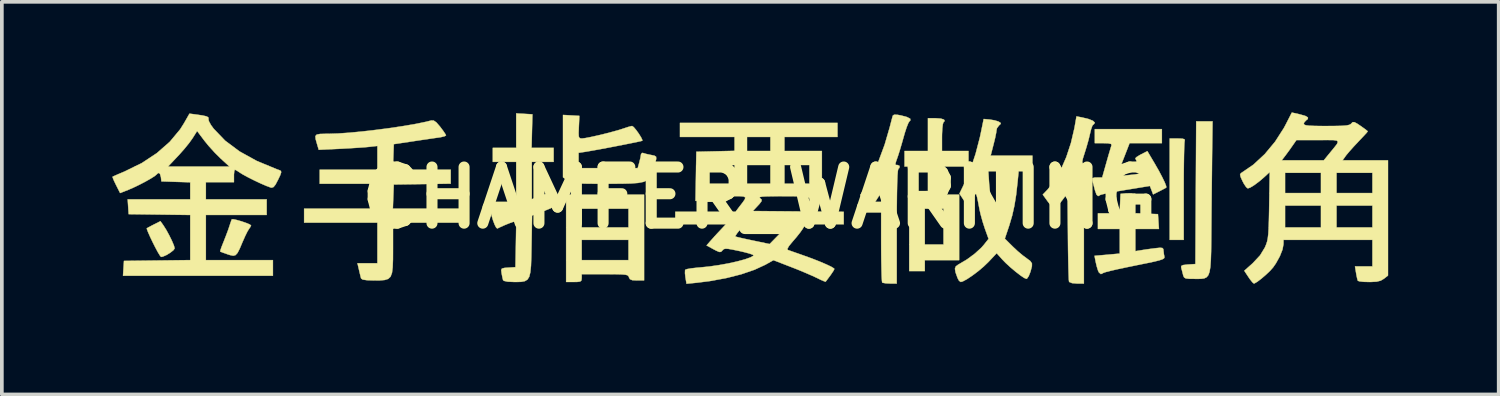
<source format=kicad_pcb>
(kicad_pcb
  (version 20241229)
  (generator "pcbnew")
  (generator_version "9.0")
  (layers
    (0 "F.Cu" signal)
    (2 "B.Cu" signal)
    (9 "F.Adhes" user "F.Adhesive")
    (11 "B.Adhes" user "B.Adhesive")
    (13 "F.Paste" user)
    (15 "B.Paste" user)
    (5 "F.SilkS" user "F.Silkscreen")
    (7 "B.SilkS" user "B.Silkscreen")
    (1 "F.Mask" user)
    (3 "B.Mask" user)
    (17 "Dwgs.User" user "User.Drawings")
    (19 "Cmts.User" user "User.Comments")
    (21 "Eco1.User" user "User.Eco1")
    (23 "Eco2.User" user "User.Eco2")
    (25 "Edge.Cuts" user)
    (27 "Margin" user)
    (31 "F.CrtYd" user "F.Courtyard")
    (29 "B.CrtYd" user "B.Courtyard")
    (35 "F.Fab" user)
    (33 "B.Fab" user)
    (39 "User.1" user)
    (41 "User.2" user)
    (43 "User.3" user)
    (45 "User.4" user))
  (footprint "CHAMFER_WARNING"
    (layer "F.Cu")
    (at 17.566 2.318)
    (property "Reference" "CHAMFER_WARNING" (at 0 0 0) (layer "F.SilkS") (effects (font (size 1.524 1.524) (thickness 0.3))))
    (attr through_hole)
    (fp_poly (pts (xy 11.477 -1.604) (xy 11.536 -1.588) (xy 11.544 -1.553) (xy 11.54 -1.542) (xy 11.534 -1.484) (xy 11.528 -1.353) (xy 11.523 -1.158) (xy 11.519 -0.912) (xy 11.516 -0.624) (xy 11.515 -0.307) (xy 11.515 -0.166) (xy 11.515 1.143) (xy 11.134 1.143) (xy 11.134 -1.609) (xy 11.35 -1.609) (xy 11.477 -1.604)) (stroke (width 0.01) (type solid)) (fill yes) (layer "F.SilkS"))
    (fp_poly (pts (xy -16.179 0.752) (xy -16.102 0.874) (xy -16.022 1.021) (xy -15.949 1.169) (xy -15.896 1.295) (xy -15.875 1.373) (xy -15.875 1.374) (xy -15.909 1.424) (xy -15.993 1.49) (xy -16.097 1.554) (xy -16.195 1.597) (xy -16.244 1.606) (xy -16.275 1.569) (xy -16.334 1.472) (xy -16.409 1.331) (xy -16.463 1.224) (xy -16.54 1.063) (xy -16.598 0.932) (xy -16.629 0.85) (xy -16.632 0.83) (xy -16.588 0.803) (xy -16.494 0.754) (xy -16.438 0.725) (xy -16.261 0.636) (xy -16.179 0.752)) (stroke (width 0.01) (type solid)) (fill yes) (layer "F.SilkS"))
    (fp_poly (pts (xy -14.183 0.605) (xy -14.061 0.64) (xy -13.939 0.682) (xy -13.844 0.721) (xy -13.801 0.75) (xy -13.801 0.752) (xy -13.825 0.801) (xy -13.856 0.843) (xy -13.9 0.915) (xy -13.961 1.039) (xy -14.027 1.188) (xy -14.029 1.192) (xy -14.107 1.377) (xy -14.167 1.495) (xy -14.222 1.556) (xy -14.285 1.573) (xy -14.37 1.556) (xy -14.436 1.535) (xy -14.55 1.495) (xy -14.625 1.466) (xy -14.639 1.459) (xy -14.631 1.418) (xy -14.597 1.321) (xy -14.549 1.201) (xy -14.484 1.035) (xy -14.423 0.873) (xy -14.393 0.783) (xy -14.356 0.671) (xy -14.329 0.596) (xy -14.324 0.585) (xy -14.28 0.583) (xy -14.183 0.605)) (stroke (width 0.01) (type solid)) (fill yes) (layer "F.SilkS"))
    (fp_poly (pts (xy 4.922 -2.149) (xy 5.007 -2.122) (xy 5.027 -2.084) (xy 4.996 -2.054) (xy 4.977 -2.002) (xy 4.962 -1.885) (xy 4.954 -1.724) (xy 4.953 -1.649) (xy 4.953 -1.27) (xy 5.673 -1.27) (xy 5.673 -0.847) (xy 4.953 -0.847) (xy 4.953 -0.085) (xy 5.419 -0.085) (xy 5.419 1.693) (xy 4.487 1.693) (xy 4.487 1.99) (xy 4.064 1.99) (xy 4.064 0.296) (xy 4.487 0.296) (xy 4.487 1.27) (xy 4.995 1.27) (xy 4.995 0.296) (xy 4.487 0.296) (xy 4.064 0.296) (xy 4.064 -0.085) (xy 4.572 -0.085) (xy 4.572 -0.847) (xy 3.937 -0.847) (xy 3.937 -1.27) (xy 4.572 -1.27) (xy 4.572 -2.159) (xy 4.781 -2.159) (xy 4.922 -2.149)) (stroke (width 0.01) (type solid)) (fill yes) (layer "F.SilkS"))
    (fp_poly (pts (xy 12.287 -1.302) (xy 12.284 -1.048) (xy 12.281 -0.73) (xy 12.277 -0.369) (xy 12.273 0.015) (xy 12.269 0.402) (xy 12.266 0.747) (xy 12.263 1.136) (xy 12.259 1.449) (xy 12.251 1.694) (xy 12.238 1.879) (xy 12.215 2.013) (xy 12.182 2.103) (xy 12.134 2.159) (xy 12.07 2.189) (xy 11.986 2.2) (xy 11.881 2.202) (xy 11.809 2.201) (xy 11.657 2.199) (xy 11.569 2.189) (xy 11.525 2.161) (xy 11.502 2.11) (xy 11.496 2.085) (xy 11.467 1.971) (xy 11.447 1.897) (xy 11.448 1.852) (xy 11.497 1.827) (xy 11.612 1.813) (xy 11.629 1.812) (xy 11.832 1.799) (xy 11.843 -0.138) (xy 11.854 -2.074) (xy 12.298 -2.074) (xy 12.287 -1.302)) (stroke (width 0.01) (type solid)) (fill yes) (layer "F.SilkS"))
    (fp_poly (pts (xy -3.133 2.244) (xy -3.327 2.244) (xy -3.452 2.237) (xy -3.517 2.21) (xy -3.544 2.159) (xy -3.557 2.126) (xy -3.586 2.103) (xy -3.643 2.088) (xy -3.743 2.08) (xy -3.896 2.076) (xy -4.118 2.074) (xy -4.196 2.074) (xy -4.826 2.074) (xy -4.826 2.18) (xy -4.833 2.243) (xy -4.868 2.274) (xy -4.953 2.285) (xy -5.038 2.286) (xy -5.249 2.286) (xy -5.249 1.143) (xy -4.826 1.143) (xy -4.826 1.693) (xy -3.556 1.693) (xy -3.556 1.143) (xy -4.826 1.143) (xy -5.249 1.143) (xy -5.249 0.296) (xy -4.826 0.296) (xy -4.826 0.804) (xy -3.556 0.804) (xy -3.556 0.296) (xy -4.826 0.296) (xy -5.249 0.296) (xy -5.249 -0.085) (xy -3.133 -0.085) (xy -3.133 2.244)) (stroke (width 0.01) (type solid)) (fill yes) (layer "F.SilkS"))
    (fp_poly (pts (xy 10.199 -0.106) (xy 10.258 -0.073) (xy 10.251 -0.032) (xy 10.222 0.037) (xy 10.205 0.156) (xy 10.202 0.218) (xy 10.202 0.42) (xy 10.509 0.432) (xy 10.816 0.445) (xy 10.842 0.847) (xy 10.202 0.847) (xy 10.202 1.45) (xy 10.361 1.424) (xy 10.501 1.402) (xy 10.671 1.379) (xy 10.742 1.37) (xy 10.872 1.357) (xy 10.938 1.364) (xy 10.962 1.394) (xy 10.965 1.423) (xy 10.977 1.533) (xy 10.989 1.59) (xy 10.992 1.621) (xy 10.977 1.647) (xy 10.933 1.672) (xy 10.85 1.699) (xy 10.718 1.732) (xy 10.525 1.773) (xy 10.261 1.826) (xy 10.195 1.84) (xy 9.941 1.892) (xy 9.715 1.94) (xy 9.53 1.983) (xy 9.401 2.016) (xy 9.339 2.037) (xy 9.337 2.038) (xy 9.267 2.072) (xy 9.213 2.027) (xy 9.188 1.973) (xy 9.153 1.859) (xy 9.122 1.725) (xy 9.122 1.724) (xy 9.094 1.576) (xy 9.437 1.546) (xy 9.779 1.515) (xy 9.779 0.847) (xy 9.186 0.847) (xy 9.186 0.423) (xy 9.775 0.423) (xy 9.788 0.159) (xy 9.8 -0.106) (xy 9.944 -0.12) (xy 10.088 -0.123) (xy 10.199 -0.106)) (stroke (width 0.01) (type solid)) (fill yes) (layer "F.SilkS"))
    (fp_poly (pts (xy 8.751 -2.181) (xy 8.93 -2.138) (xy 9.051 -2.089) (xy 9.101 -2.039) (xy 9.102 -2.033) (xy 9.072 -1.991) (xy 9.062 -1.99) (xy 9.033 -1.952) (xy 8.999 -1.854) (xy 8.973 -1.746) (xy 8.931 -1.572) (xy 8.873 -1.368) (xy 8.826 -1.217) (xy 8.777 -1.062) (xy 8.76 -0.972) (xy 8.772 -0.935) (xy 8.786 -0.931) (xy 8.858 -0.902) (xy 8.877 -0.837) (xy 8.852 -0.792) (xy 8.839 -0.745) (xy 8.827 -0.63) (xy 8.818 -0.445) (xy 8.812 -0.187) (xy 8.808 0.147) (xy 8.806 0.562) (xy 8.805 0.792) (xy 8.805 2.328) (xy 8.614 2.328) (xy 8.484 2.317) (xy 8.41 2.287) (xy 8.402 2.275) (xy 8.396 2.221) (xy 8.391 2.093) (xy 8.385 1.903) (xy 8.38 1.662) (xy 8.375 1.383) (xy 8.372 1.076) (xy 8.372 1.048) (xy 8.361 -0.127) (xy 8.212 0.074) (xy 8.123 0.182) (xy 8.046 0.255) (xy 8.007 0.275) (xy 7.952 0.243) (xy 7.872 0.162) (xy 7.82 0.095) (xy 7.689 -0.086) (xy 7.821 -0.223) (xy 8.004 -0.455) (xy 8.175 -0.755) (xy 8.328 -1.105) (xy 8.454 -1.487) (xy 8.547 -1.885) (xy 8.554 -1.923) (xy 8.604 -2.209) (xy 8.751 -2.181)) (stroke (width 0.01) (type solid)) (fill yes) (layer "F.SilkS"))
    (fp_poly (pts (xy 3.75 -2.251) (xy 3.839 -2.235) (xy 4.003 -2.191) (xy 4.09 -2.146) (xy 4.096 -2.1) (xy 4.073 -2.08) (xy 4.039 -2.027) (xy 3.993 -1.911) (xy 3.942 -1.754) (xy 3.918 -1.669) (xy 3.863 -1.475) (xy 3.808 -1.288) (xy 3.761 -1.141) (xy 3.749 -1.106) (xy 3.705 -0.981) (xy 3.689 -0.917) (xy 3.699 -0.892) (xy 3.736 -0.889) (xy 3.747 -0.889) (xy 3.803 -0.863) (xy 3.797 -0.81) (xy 3.768 -0.783) (xy 3.756 -0.733) (xy 3.745 -0.602) (xy 3.737 -0.394) (xy 3.731 -0.11) (xy 3.727 0.244) (xy 3.725 0.666) (xy 3.725 0.786) (xy 3.725 2.328) (xy 3.542 2.328) (xy 3.423 2.322) (xy 3.343 2.307) (xy 3.33 2.3) (xy 3.323 2.252) (xy 3.316 2.13) (xy 3.311 1.946) (xy 3.306 1.709) (xy 3.303 1.432) (xy 3.302 1.125) (xy 3.302 1.066) (xy 3.302 -0.14) (xy 3.134 0.12) (xy 3.046 0.247) (xy 2.973 0.34) (xy 2.927 0.38) (xy 2.924 0.381) (xy 2.89 0.344) (xy 2.845 0.248) (xy 2.81 0.15) (xy 2.738 -0.08) (xy 2.846 -0.245) (xy 3.044 -0.587) (xy 3.231 -0.993) (xy 3.397 -1.441) (xy 3.534 -1.91) (xy 3.537 -1.922) (xy 3.574 -2.065) (xy 3.604 -2.178) (xy 3.618 -2.229) (xy 3.656 -2.255) (xy 3.75 -2.251)) (stroke (width 0.01) (type solid)) (fill yes) (layer "F.SilkS"))
    (fp_poly (pts (xy 10.922 -1.482) (xy 10.045 -1.482) (xy 9.959 -1.259) (xy 9.89 -1.082) (xy 9.814 -0.889) (xy 9.782 -0.81) (xy 9.692 -0.583) (xy 9.979 -0.611) (xy 10.178 -0.632) (xy 10.303 -0.652) (xy 10.367 -0.68) (xy 10.379 -0.723) (xy 10.351 -0.791) (xy 10.308 -0.864) (xy 10.247 -0.974) (xy 10.209 -1.052) (xy 10.202 -1.072) (xy 10.236 -1.106) (xy 10.322 -1.159) (xy 10.365 -1.182) (xy 10.528 -1.265) (xy 10.725 -0.933) (xy 10.837 -0.738) (xy 10.931 -0.56) (xy 11.001 -0.415) (xy 11.039 -0.315) (xy 11.041 -0.276) (xy 10.999 -0.252) (xy 10.907 -0.204) (xy 10.856 -0.178) (xy 10.684 -0.091) (xy 10.641 -0.206) (xy 10.597 -0.321) (xy 9.938 -0.213) (xy 9.71 -0.175) (xy 9.513 -0.138) (xy 9.36 -0.106) (xy 9.267 -0.083) (xy 9.246 -0.074) (xy 9.192 -0.045) (xy 9.148 -0.084) (xy 9.107 -0.199) (xy 9.101 -0.222) (xy 9.067 -0.352) (xy 9.039 -0.455) (xy 9.033 -0.476) (xy 9.034 -0.527) (xy 9.088 -0.548) (xy 9.157 -0.55) (xy 9.302 -0.55) (xy 9.419 -0.963) (xy 9.47 -1.143) (xy 9.515 -1.294) (xy 9.546 -1.397) (xy 9.556 -1.429) (xy 9.542 -1.461) (xy 9.464 -1.478) (xy 9.339 -1.482) (xy 9.102 -1.482) (xy 9.102 -1.863) (xy 10.922 -1.863) (xy 10.922 -1.482)) (stroke (width 0.01) (type solid)) (fill yes) (layer "F.SilkS"))
    (fp_poly (pts (xy -6.384 -2.278) (xy -6.164 -2.265) (xy -6.176 -1.81) (xy -6.187 -1.355) (xy -5.588 -1.355) (xy -5.588 -0.974) (xy -6.181 -0.974) (xy -6.181 0.039) (xy -5.9 -0.067) (xy -5.761 -0.117) (xy -5.659 -0.151) (xy -5.612 -0.161) (xy -5.612 -0.16) (xy -5.587 -0.097) (xy -5.558 0.006) (xy -5.535 0.114) (xy -5.523 0.194) (xy -5.525 0.213) (xy -5.571 0.24) (xy -5.675 0.288) (xy -5.819 0.347) (xy -5.859 0.362) (xy -6.174 0.483) (xy -6.188 1.295) (xy -6.194 1.609) (xy -6.203 1.849) (xy -6.221 2.024) (xy -6.251 2.145) (xy -6.299 2.221) (xy -6.369 2.263) (xy -6.466 2.282) (xy -6.595 2.286) (xy -6.654 2.286) (xy -6.837 2.278) (xy -6.938 2.255) (xy -6.961 2.233) (xy -6.98 2.156) (xy -7.001 2.045) (xy -7.011 1.963) (xy -6.992 1.922) (xy -6.922 1.904) (xy -6.825 1.897) (xy -6.625 1.884) (xy -6.613 1.256) (xy -6.602 0.629) (xy -6.698 0.658) (xy -6.795 0.693) (xy -6.927 0.747) (xy -7.051 0.803) (xy -7.116 0.835) (xy -7.147 0.811) (xy -7.189 0.73) (xy -7.232 0.617) (xy -7.268 0.498) (xy -7.288 0.398) (xy -7.285 0.342) (xy -7.282 0.339) (xy -7.221 0.316) (xy -7.102 0.282) (xy -6.948 0.243) (xy -6.921 0.237) (xy -6.604 0.162) (xy -6.604 -0.974) (xy -7.239 -0.974) (xy -7.239 -1.355) (xy -6.604 -1.355) (xy -6.604 -2.29) (xy -6.384 -2.278)) (stroke (width 0.01) (type solid)) (fill yes) (layer "F.SilkS"))
    (fp_poly (pts (xy -4.89 -2.223) (xy -4.904 -1.916) (xy -4.91 -1.757) (xy -4.906 -1.666) (xy -4.887 -1.623) (xy -4.849 -1.61) (xy -4.819 -1.609) (xy -4.729 -1.62) (xy -4.578 -1.649) (xy -4.389 -1.691) (xy -4.182 -1.741) (xy -3.98 -1.794) (xy -3.802 -1.844) (xy -3.688 -1.881) (xy -3.567 -1.921) (xy -3.477 -1.945) (xy -3.455 -1.947) (xy -3.413 -1.916) (xy -3.348 -1.839) (xy -3.276 -1.739) (xy -3.215 -1.641) (xy -3.181 -1.569) (xy -3.18 -1.548) (xy -3.225 -1.536) (xy -3.337 -1.511) (xy -3.501 -1.478) (xy -3.701 -1.438) (xy -3.921 -1.395) (xy -4.145 -1.352) (xy -4.359 -1.312) (xy -4.545 -1.279) (xy -4.689 -1.254) (xy -4.731 -1.247) (xy -4.911 -1.22) (xy -4.911 -0.804) (xy -3.306 -0.804) (xy -3.262 -0.963) (xy -3.233 -1.081) (xy -3.218 -1.169) (xy -3.218 -1.179) (xy -3.188 -1.218) (xy -3.157 -1.214) (xy -3.076 -1.19) (xy -2.958 -1.164) (xy -2.945 -1.162) (xy -2.851 -1.142) (xy -2.807 -1.114) (xy -2.804 -1.053) (xy -2.832 -0.937) (xy -2.839 -0.91) (xy -2.881 -0.755) (xy -2.922 -0.634) (xy -2.974 -0.542) (xy -3.046 -0.476) (xy -3.149 -0.431) (xy -3.293 -0.403) (xy -3.488 -0.388) (xy -3.745 -0.382) (xy -4.073 -0.381) (xy -4.162 -0.381) (xy -4.471 -0.381) (xy -4.706 -0.383) (xy -4.88 -0.388) (xy -5.005 -0.395) (xy -5.091 -0.407) (xy -5.15 -0.424) (xy -5.194 -0.448) (xy -5.222 -0.469) (xy -5.334 -0.556) (xy -5.334 -2.248) (xy -4.89 -2.223)) (stroke (width 0.01) (type solid)) (fill yes) (layer "F.SilkS"))
    (fp_poly (pts (xy -8.844 -2.096) (xy -8.772 -2.046) (xy -8.675 -1.935) (xy -8.665 -1.922) (xy -8.582 -1.811) (xy -8.525 -1.726) (xy -8.509 -1.692) (xy -8.547 -1.67) (xy -8.643 -1.646) (xy -8.71 -1.635) (xy -8.833 -1.618) (xy -9.015 -1.591) (xy -9.228 -1.56) (xy -9.419 -1.531) (xy -9.927 -1.455) (xy -9.939 -1.109) (xy -9.952 -0.762) (xy -8.382 -0.762) (xy -8.382 -0.383) (xy -9.155 -0.371) (xy -9.927 -0.36) (xy -9.94 -0.032) (xy -9.952 0.296) (xy -7.959 0.296) (xy -7.959 0.677) (xy -9.948 0.677) (xy -9.948 1.376) (xy -9.949 1.667) (xy -9.957 1.885) (xy -9.976 2.039) (xy -10.015 2.142) (xy -10.079 2.202) (xy -10.174 2.232) (xy -10.308 2.243) (xy -10.458 2.244) (xy -10.652 2.238) (xy -10.769 2.221) (xy -10.814 2.191) (xy -10.833 2.119) (xy -10.861 2.002) (xy -10.871 1.958) (xy -10.913 1.778) (xy -10.372 1.778) (xy -10.372 0.677) (xy -12.361 0.677) (xy -12.361 0.296) (xy -10.372 0.296) (xy -10.372 -0.381) (xy -11.938 -0.381) (xy -11.938 -0.762) (xy -10.372 -0.762) (xy -10.372 -1.407) (xy -10.594 -1.382) (xy -10.722 -1.37) (xy -10.91 -1.357) (xy -11.134 -1.343) (xy -11.369 -1.33) (xy -11.39 -1.329) (xy -11.964 -1.302) (xy -12.014 -1.471) (xy -12.049 -1.595) (xy -12.055 -1.673) (xy -12.019 -1.715) (xy -11.928 -1.732) (xy -11.77 -1.736) (xy -11.704 -1.736) (xy -11.447 -1.744) (xy -11.131 -1.766) (xy -10.775 -1.8) (xy -10.397 -1.844) (xy -10.016 -1.894) (xy -9.652 -1.949) (xy -9.322 -2.006) (xy -9.047 -2.063) (xy -8.908 -2.098) (xy -8.844 -2.096)) (stroke (width 0.01) (type solid)) (fill yes) (layer "F.SilkS"))
    (fp_poly (pts (xy -15.303 -2.261) (xy -15.124 -2.235) (xy -15.016 -2.211) (xy -14.964 -2.185) (xy -14.955 -2.152) (xy -14.959 -2.139) (xy -14.946 -2.077) (xy -14.89 -1.975) (xy -14.818 -1.876) (xy -14.505 -1.55) (xy -14.114 -1.258) (xy -13.645 -0.999) (xy -13.099 -0.773) (xy -13.028 -0.748) (xy -12.99 -0.727) (xy -12.984 -0.688) (xy -13.01 -0.611) (xy -13.069 -0.488) (xy -13.138 -0.357) (xy -13.191 -0.291) (xy -13.242 -0.274) (xy -13.27 -0.279) (xy -13.379 -0.319) (xy -13.537 -0.387) (xy -13.715 -0.471) (xy -13.888 -0.558) (xy -14.029 -0.635) (xy -14.096 -0.677) (xy -14.183 -0.734) (xy -14.238 -0.762) (xy -14.241 -0.762) (xy -14.257 -0.724) (xy -14.266 -0.631) (xy -14.266 -0.593) (xy -14.266 -0.423) (xy -15.028 -0.423) (xy -15.028 0.042) (xy -13.377 0.042) (xy -13.377 0.466) (xy -15.028 0.466) (xy -15.028 1.693) (xy -13.208 1.693) (xy -13.208 2.117) (xy -17.277 2.117) (xy -17.264 1.916) (xy -17.251 1.714) (xy -16.351 1.703) (xy -15.452 1.692) (xy -15.452 0.467) (xy -16.288 0.456) (xy -17.124 0.445) (xy -17.137 0.243) (xy -17.15 0.042) (xy -15.452 0.042) (xy -15.452 -0.42) (xy -15.843 -0.432) (xy -16.235 -0.445) (xy -16.248 -0.561) (xy -16.275 -0.653) (xy -16.32 -0.675) (xy -16.361 -0.636) (xy -16.415 -0.59) (xy -16.527 -0.519) (xy -16.676 -0.435) (xy -16.844 -0.348) (xy -17.009 -0.269) (xy -17.134 -0.215) (xy -17.356 -0.128) (xy -17.465 -0.344) (xy -17.522 -0.462) (xy -17.556 -0.545) (xy -17.561 -0.571) (xy -17.518 -0.591) (xy -17.417 -0.636) (xy -17.277 -0.695) (xy -17.236 -0.712) (xy -16.962 -0.847) (xy -16.055 -0.847) (xy -14.387 -0.847) (xy -14.629 -1.068) (xy -14.785 -1.223) (xy -14.95 -1.405) (xy -15.068 -1.55) (xy -15.266 -1.812) (xy -15.39 -1.615) (xy -15.478 -1.492) (xy -15.603 -1.337) (xy -15.743 -1.178) (xy -15.785 -1.133) (xy -16.055 -0.847) (xy -16.962 -0.847) (xy -16.77 -0.94) (xy -16.358 -1.212) (xy -16.007 -1.52) (xy -15.726 -1.857) (xy -15.621 -2.024) (xy -15.473 -2.283) (xy -15.303 -2.261)) (stroke (width 0.01) (type solid)) (fill yes) (layer "F.SilkS"))
    (fp_poly (pts (xy 6.249 -2.123) (xy 6.379 -2.102) (xy 6.484 -2.07) (xy 6.495 -2.064) (xy 6.551 -2.026) (xy 6.534 -1.99) (xy 6.506 -1.969) (xy 6.446 -1.89) (xy 6.434 -1.837) (xy 6.423 -1.758) (xy 6.396 -1.625) (xy 6.357 -1.465) (xy 6.353 -1.45) (xy 6.274 -1.143) (xy 6.841 -1.143) (xy 7.408 -1.143) (xy 7.408 -0.72) (xy 7.034 -0.72) (xy 7.006 -0.434) (xy 6.966 -0.078) (xy 6.918 0.219) (xy 6.859 0.482) (xy 6.784 0.737) (xy 6.778 0.756) (xy 6.659 1.11) (xy 6.869 1.319) (xy 7.005 1.447) (xy 7.148 1.567) (xy 7.247 1.64) (xy 7.351 1.718) (xy 7.395 1.783) (xy 7.394 1.858) (xy 7.394 1.86) (xy 7.355 2.008) (xy 7.308 2.126) (xy 7.261 2.194) (xy 7.244 2.201) (xy 7.183 2.175) (xy 7.078 2.104) (xy 6.948 2.003) (xy 6.81 1.887) (xy 6.683 1.77) (xy 6.595 1.68) (xy 6.438 1.505) (xy 6.214 1.743) (xy 6.086 1.866) (xy 5.934 1.994) (xy 5.777 2.112) (xy 5.632 2.209) (xy 5.518 2.27) (xy 5.462 2.286) (xy 5.415 2.251) (xy 5.376 2.178) (xy 5.321 2.024) (xy 5.305 1.925) (xy 5.329 1.862) (xy 5.396 1.813) (xy 5.425 1.797) (xy 5.635 1.672) (xy 5.844 1.517) (xy 6.021 1.356) (xy 6.092 1.275) (xy 6.218 1.116) (xy 6.12 0.844) (xy 6.058 0.653) (xy 6.001 0.446) (xy 5.972 0.318) (xy 5.933 0.111) (xy 5.905 -0.022) (xy 5.884 -0.091) (xy 5.864 -0.106) (xy 5.84 -0.076) (xy 5.806 -0.011) (xy 5.796 0.008) (xy 5.737 0.111) (xy 5.688 0.178) (xy 5.678 0.187) (xy 5.635 0.169) (xy 5.569 0.097) (xy 5.534 0.049) (xy 5.427 -0.112) (xy 5.569 -0.404) (xy 5.703 -0.72) (xy 6.211 -0.72) (xy 6.234 -0.37) (xy 6.252 -0.186) (xy 6.279 0.011) (xy 6.312 0.203) (xy 6.348 0.374) (xy 6.383 0.509) (xy 6.415 0.59) (xy 6.437 0.605) (xy 6.46 0.55) (xy 6.492 0.434) (xy 6.527 0.282) (xy 6.534 0.251) (xy 6.573 0.033) (xy 6.608 -0.211) (xy 6.629 -0.395) (xy 6.658 -0.72) (xy 6.211 -0.72) (xy 5.703 -0.72) (xy 5.725 -0.77) (xy 5.865 -1.191) (xy 5.982 -1.639) (xy 6.009 -1.766) (xy 6.085 -2.138) (xy 6.249 -2.123)) (stroke (width 0.01) (type solid)) (fill yes) (layer "F.SilkS"))
    (fp_poly (pts (xy 14.651 -2.268) (xy 14.81 -2.224) (xy 14.886 -2.181) (xy 14.884 -2.138) (xy 14.848 -2.111) (xy 14.787 -2.049) (xy 14.774 -2.009) (xy 14.787 -1.984) (xy 14.834 -1.967) (xy 14.926 -1.956) (xy 15.076 -1.95) (xy 15.294 -1.947) (xy 15.394 -1.947) (xy 15.641 -1.949) (xy 15.817 -1.953) (xy 15.936 -1.963) (xy 16.009 -1.979) (xy 16.051 -2.002) (xy 16.065 -2.017) (xy 16.101 -2.052) (xy 16.148 -2.052) (xy 16.227 -2.01) (xy 16.313 -1.952) (xy 16.42 -1.876) (xy 16.492 -1.821) (xy 16.51 -1.802) (xy 16.483 -1.767) (xy 16.41 -1.687) (xy 16.304 -1.575) (xy 16.254 -1.522) (xy 16.125 -1.384) (xy 16.009 -1.254) (xy 15.926 -1.155) (xy 15.912 -1.136) (xy 15.827 -1.016) (xy 17.06 -1.016) (xy 17.06 2.111) (xy 16.949 2.198) (xy 16.863 2.249) (xy 16.752 2.277) (xy 16.59 2.286) (xy 16.549 2.286) (xy 16.402 2.282) (xy 16.292 2.27) (xy 16.242 2.254) (xy 16.242 2.254) (xy 16.224 2.196) (xy 16.201 2.087) (xy 16.194 2.043) (xy 16.164 1.863) (xy 16.637 1.863) (xy 16.637 1.143) (xy 14.224 1.143) (xy 14.223 1.259) (xy 14.196 1.406) (xy 14.124 1.587) (xy 14.02 1.776) (xy 13.942 1.889) (xy 13.859 1.983) (xy 13.746 2.09) (xy 13.625 2.194) (xy 13.515 2.278) (xy 13.437 2.324) (xy 13.419 2.328) (xy 13.38 2.296) (xy 13.315 2.214) (xy 13.274 2.155) (xy 13.159 1.981) (xy 13.389 1.776) (xy 13.588 1.563) (xy 13.72 1.346) (xy 13.753 1.266) (xy 13.779 1.188) (xy 13.797 1.097) (xy 13.811 0.981) (xy 13.82 0.826) (xy 13.827 0.618) (xy 13.833 0.345) (xy 13.835 0.212) (xy 14.266 0.212) (xy 14.266 0.804) (xy 15.24 0.804) (xy 15.24 0.212) (xy 15.663 0.212) (xy 15.663 0.804) (xy 16.637 0.804) (xy 16.637 0.212) (xy 15.663 0.212) (xy 15.24 0.212) (xy 14.266 0.212) (xy 13.835 0.212) (xy 13.849 -0.677) (xy 14.266 -0.677) (xy 14.266 -0.127) (xy 15.24 -0.127) (xy 15.24 -0.677) (xy 15.663 -0.677) (xy 15.663 -0.127) (xy 16.637 -0.127) (xy 16.637 -0.677) (xy 15.663 -0.677) (xy 15.24 -0.677) (xy 14.266 -0.677) (xy 13.849 -0.677) (xy 13.85 -0.699) (xy 13.709 -0.568) (xy 13.568 -0.447) (xy 13.432 -0.345) (xy 13.319 -0.276) (xy 13.254 -0.254) (xy 13.21 -0.289) (xy 13.15 -0.378) (xy 13.113 -0.448) (xy 13.06 -0.564) (xy 13.045 -0.629) (xy 13.065 -0.665) (xy 13.087 -0.68) (xy 13.407 -0.899) (xy 13.533 -1.016) (xy 14.175 -1.016) (xy 15.317 -1.016) (xy 15.481 -1.217) (xy 15.597 -1.358) (xy 15.673 -1.455) (xy 15.7 -1.517) (xy 15.673 -1.551) (xy 15.583 -1.565) (xy 15.423 -1.567) (xy 15.186 -1.566) (xy 15.166 -1.566) (xy 14.574 -1.566) (xy 14.464 -1.408) (xy 14.373 -1.279) (xy 14.283 -1.157) (xy 14.264 -1.132) (xy 14.175 -1.016) (xy 13.533 -1.016) (xy 13.715 -1.185) (xy 13.995 -1.522) (xy 14.232 -1.891) (xy 14.275 -1.971) (xy 14.45 -2.313) (xy 14.651 -2.268)) (stroke (width 0.01) (type solid)) (fill yes) (layer "F.SilkS"))
    (fp_poly (pts (xy 2.117 -1.651) (xy 0.677 -1.651) (xy 0.677 -1.27) (xy 1.693 -1.27) (xy 1.693 0.085) (xy 1.524 0.085) (xy 1.406 0.074) (xy 1.358 0.039) (xy 1.355 0.021) (xy 1.344 -0.003) (xy 1.303 -0.02) (xy 1.222 -0.031) (xy 1.088 -0.038) (xy 0.892 -0.042) (xy 0.648 -0.042) (xy 0.387 -0.041) (xy 0.202 -0.038) (xy 0.082 -0.032) (xy 0.018 -0.021) (xy 0.001 -0.005) (xy 0.017 0.013) (xy 0.058 0.051) (xy 0.055 0.093) (xy 0.004 0.161) (xy -0.044 0.214) (xy -0.181 0.36) (xy 1.053 0.371) (xy 2.286 0.382) (xy 2.286 0.72) (xy 1.246 0.72) (xy 1.174 0.841) (xy 1.108 0.936) (xy 1.007 1.064) (xy 0.907 1.18) (xy 0.8 1.309) (xy 0.756 1.388) (xy 0.769 1.417) (xy 0.832 1.439) (xy 0.954 1.482) (xy 1.112 1.537) (xy 1.185 1.563) (xy 1.418 1.647) (xy 1.632 1.731) (xy 1.812 1.808) (xy 1.947 1.872) (xy 2.021 1.918) (xy 2.032 1.932) (xy 2.009 1.98) (xy 1.95 2.069) (xy 1.919 2.113) (xy 1.849 2.207) (xy 1.803 2.268) (xy 1.796 2.278) (xy 1.757 2.268) (xy 1.664 2.228) (xy 1.563 2.178) (xy 1.431 2.117) (xy 1.247 2.037) (xy 1.036 1.949) (xy 0.859 1.88) (xy 0.379 1.694) (xy 0.158 1.818) (xy -0.134 1.953) (xy -0.493 2.076) (xy -0.902 2.18) (xy -1.344 2.261) (xy -1.7 2.306) (xy -1.981 2.334) (xy -2.01 2.163) (xy -2.023 2.047) (xy -2.02 1.967) (xy -2.016 1.955) (xy -1.966 1.936) (xy -1.852 1.916) (xy -1.694 1.898) (xy -1.611 1.891) (xy -1.362 1.866) (xy -1.1 1.828) (xy -0.84 1.781) (xy -0.599 1.727) (xy -0.393 1.671) (xy -0.239 1.616) (xy -0.157 1.568) (xy -0.18 1.547) (xy -0.272 1.514) (xy -0.414 1.476) (xy -0.538 1.447) (xy -0.728 1.408) (xy -0.852 1.386) (xy -0.928 1.383) (xy -0.973 1.396) (xy -1.004 1.426) (xy -1.006 1.429) (xy -1.045 1.468) (xy -1.093 1.471) (xy -1.175 1.436) (xy -1.249 1.397) (xy -1.437 1.294) (xy -1.344 1.187) (xy -1.261 1.094) (xy -1.221 1.05) (xy -0.658 1.05) (xy -0.613 1.064) (xy -0.502 1.091) (xy -0.344 1.126) (xy -0.184 1.16) (xy 0.275 1.256) (xy 0.528 0.998) (xy 0.78 0.741) (xy 0.189 0.728) (xy -0.402 0.716) (xy -0.537 0.876) (xy -0.612 0.97) (xy -0.654 1.035) (xy -0.658 1.05) (xy -1.221 1.05) (xy -1.151 0.973) (xy -1.082 0.9) (xy -0.914 0.72) (xy -2.286 0.72) (xy -2.286 0.381) (xy -0.651 0.381) (xy -0.548 0.245) (xy -0.453 0.122) (xy -0.397 0.04) (xy -0.386 -0.009) (xy -0.431 -0.034) (xy -0.539 -0.043) (xy -0.718 -0.043) (xy -0.844 -0.042) (xy -1.064 -0.041) (xy -1.212 -0.035) (xy -1.301 -0.023) (xy -1.344 -0.004) (xy -1.355 0.021) (xy -1.379 0.063) (xy -1.464 0.082) (xy -1.546 0.085) (xy -1.738 0.085) (xy -1.726 -0.582) (xy -1.721 -0.889) (xy -1.355 -0.889) (xy -1.355 -0.381) (xy -0.677 -0.381) (xy -0.677 -0.889) (xy -0.339 -0.889) (xy -0.339 -0.381) (xy 0.296 -0.381) (xy 0.296 -0.889) (xy 0.677 -0.889) (xy 0.677 -0.381) (xy 1.355 -0.381) (xy 1.355 -0.889) (xy 0.677 -0.889) (xy 0.296 -0.889) (xy -0.339 -0.889) (xy -0.677 -0.889) (xy -1.355 -0.889) (xy -1.721 -0.889) (xy -1.714 -1.249) (xy -0.677 -1.273) (xy -0.677 -1.651) (xy -0.339 -1.651) (xy -0.339 -1.27) (xy 0.296 -1.27) (xy 0.296 -1.651) (xy -0.339 -1.651) (xy -0.677 -1.651) (xy -2.159 -1.651) (xy -2.159 -2.032) (xy 2.117 -2.032) (xy 2.117 -1.651)) (stroke (width 0.01) (type solid)) (fill yes) (layer "F.SilkS")))
  (gr_rect
    (start -3 -3)
    (end 37.631 7.657)
    (stroke (width 0.1) (type default))
    (fill no)
    (layer "Edge.Cuts")))
</source>
